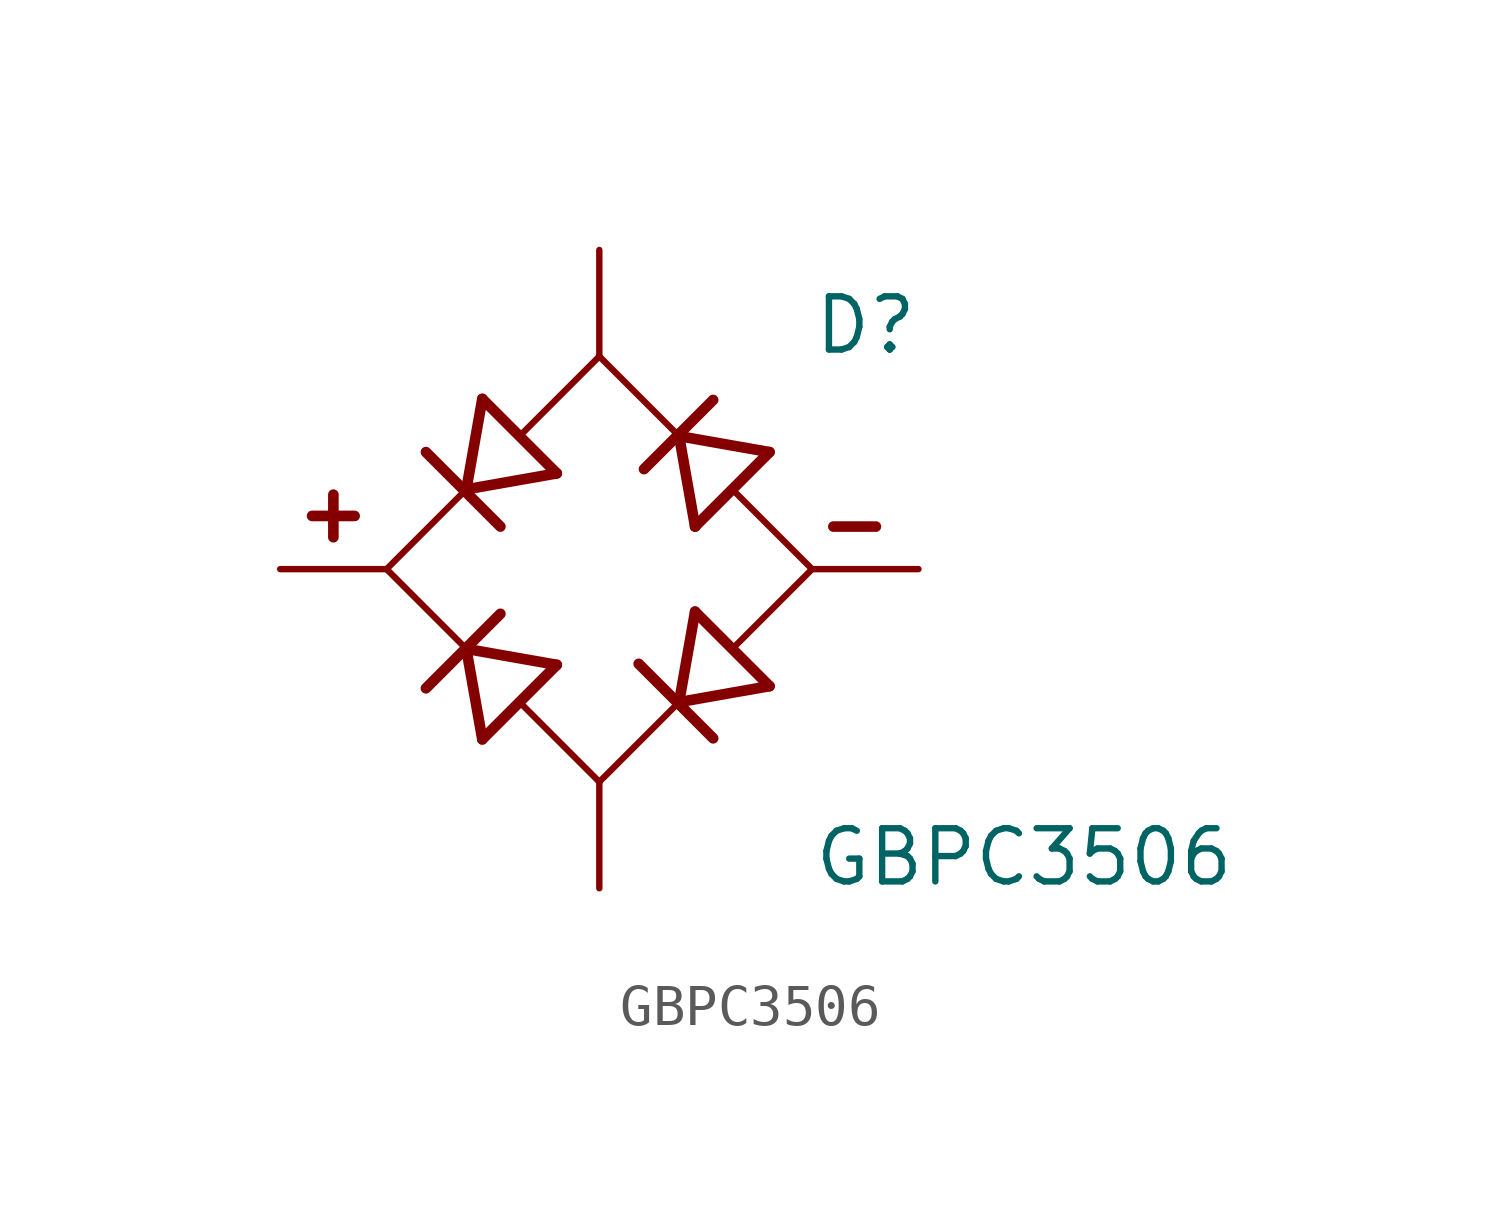
<source format=kicad_sym>
(kicad_symbol_lib
  (version 20211014)
  (generator kicad_symbol_editor)
  (symbol "GBPC3506"
    (pin_numbers hide)
    (pin_names
      (offset 1.016) hide)
    (property "Reference" "D"
      (at 5.08 5.08 0)
      (effects (font (size 1.27 1.27)) (justify left bottom)))
    (property "Value" "GBPC3506"
      (at 5.08 -7.62 0)
      (effects (font (size 1.27 1.27)) (justify left bottom)))
    (property "ki_locked" ""
      (at 0 0 0)
      (effects (font (size 1.27 1.27))))
    (symbol "GBPC3506_0_0"
      (polyline (pts (xy -6.858 1.27) (xy -5.842 1.27)) (stroke (width 0.254) (type default) (color 0 0 0 0)) (fill (type none)))
      (polyline (pts (xy -6.35 0.762) (xy -6.35 1.778)) (stroke (width 0.254) (type default) (color 0 0 0 0)) (fill (type none)))
      (polyline (pts (xy -5.08 0) (xy -3.175 -1.905)) (stroke (width 0.152) (type default) (color 0 0 0 0)) (fill (type none)))
      (polyline (pts (xy -3.175 -1.905) (xy -2.794 -4.064)) (stroke (width 0.254) (type default) (color 0 0 0 0)) (fill (type none)))
      (polyline (pts (xy -3.175 -1.905) (xy -1.016 -2.286)) (stroke (width 0.254) (type default) (color 0 0 0 0)) (fill (type none)))
      (polyline (pts (xy -3.175 1.905) (xy -5.08 0)) (stroke (width 0.152) (type default) (color 0 0 0 0)) (fill (type none)))
      (polyline (pts (xy -3.175 1.905) (xy -2.794 4.064)) (stroke (width 0.254) (type default) (color 0 0 0 0)) (fill (type none)))
      (polyline (pts (xy -3.175 1.905) (xy -1.016 2.286)) (stroke (width 0.254) (type default) (color 0 0 0 0)) (fill (type none)))
      (polyline (pts (xy -2.362 -1.067) (xy -4.14 -2.845)) (stroke (width 0.254) (type default) (color 0 0 0 0)) (fill (type none)))
      (polyline (pts (xy -2.362 1.016) (xy -4.14 2.794)) (stroke (width 0.254) (type default) (color 0 0 0 0)) (fill (type none)))
      (polyline (pts (xy -1.016 -2.286) (xy -2.794 -4.064)) (stroke (width 0.254) (type default) (color 0 0 0 0)) (fill (type none)))
      (polyline (pts (xy -1.016 2.286) (xy -2.794 4.064)) (stroke (width 0.254) (type default) (color 0 0 0 0)) (fill (type none)))
      (polyline (pts (xy 0 -5.08) (xy -1.803 -3.277)) (stroke (width 0.152) (type default) (color 0 0 0 0)) (fill (type none)))
      (polyline (pts (xy 0 -5.08) (xy 1.905 -3.175)) (stroke (width 0.152) (type default) (color 0 0 0 0)) (fill (type none)))
      (polyline (pts (xy 0 5.08) (xy -1.803 3.277)) (stroke (width 0.152) (type default) (color 0 0 0 0)) (fill (type none)))
      (polyline (pts (xy 1.905 -3.175) (xy 2.286 -1.016)) (stroke (width 0.254) (type default) (color 0 0 0 0)) (fill (type none)))
      (polyline (pts (xy 1.905 -3.175) (xy 4.064 -2.794)) (stroke (width 0.254) (type default) (color 0 0 0 0)) (fill (type none)))
      (polyline (pts (xy 1.905 3.175) (xy 0 5.08)) (stroke (width 0.152) (type default) (color 0 0 0 0)) (fill (type none)))
      (polyline (pts (xy 1.905 3.175) (xy 2.286 1.016)) (stroke (width 0.254) (type default) (color 0 0 0 0)) (fill (type none)))
      (polyline (pts (xy 1.905 3.175) (xy 4.064 2.794)) (stroke (width 0.254) (type default) (color 0 0 0 0)) (fill (type none)))
      (polyline (pts (xy 2.718 -4.039) (xy 0.94 -2.261)) (stroke (width 0.254) (type default) (color 0 0 0 0)) (fill (type none)))
      (polyline (pts (xy 2.718 4.039) (xy 1.067 2.388)) (stroke (width 0.254) (type default) (color 0 0 0 0)) (fill (type none)))
      (polyline (pts (xy 3.277 -1.803) (xy 5.08 0)) (stroke (width 0.152) (type default) (color 0 0 0 0)) (fill (type none)))
      (polyline (pts (xy 4.064 -2.794) (xy 2.286 -1.016)) (stroke (width 0.254) (type default) (color 0 0 0 0)) (fill (type none)))
      (polyline (pts (xy 4.064 2.794) (xy 2.286 1.016)) (stroke (width 0.254) (type default) (color 0 0 0 0)) (fill (type none)))
      (polyline (pts (xy 5.08 0) (xy 3.277 1.803)) (stroke (width 0.152) (type default) (color 0 0 0 0)) (fill (type none)))
      (polyline (pts (xy 5.588 1.016) (xy 6.604 1.016)) (stroke (width 0.254) (type default) (color 0 0 0 0)) (fill (type none)))
      (pin passive line (at 0 7.62 270) (length 2.54) (name "~" (effects (font (size 1.016 1.016)))) (number "AC1" (effects (font (size 1.016 1.016)))))
      (pin passive line (at 0 -7.62 90) (length 2.54) (name "~" (effects (font (size 1.016 1.016)))) (number "AC2" (effects (font (size 1.016 1.016)))))
      (pin passive line (at 7.62 0 180) (length 2.54) (name "~" (effects (font (size 1.016 1.016)))) (number "N" (effects (font (size 1.016 1.016)))))
      (pin passive line (at -7.62 0 0) (length 2.54) (name "~" (effects (font (size 1.016 1.016)))) (number "P" (effects (font (size 1.016 1.016))))))))
</source>
